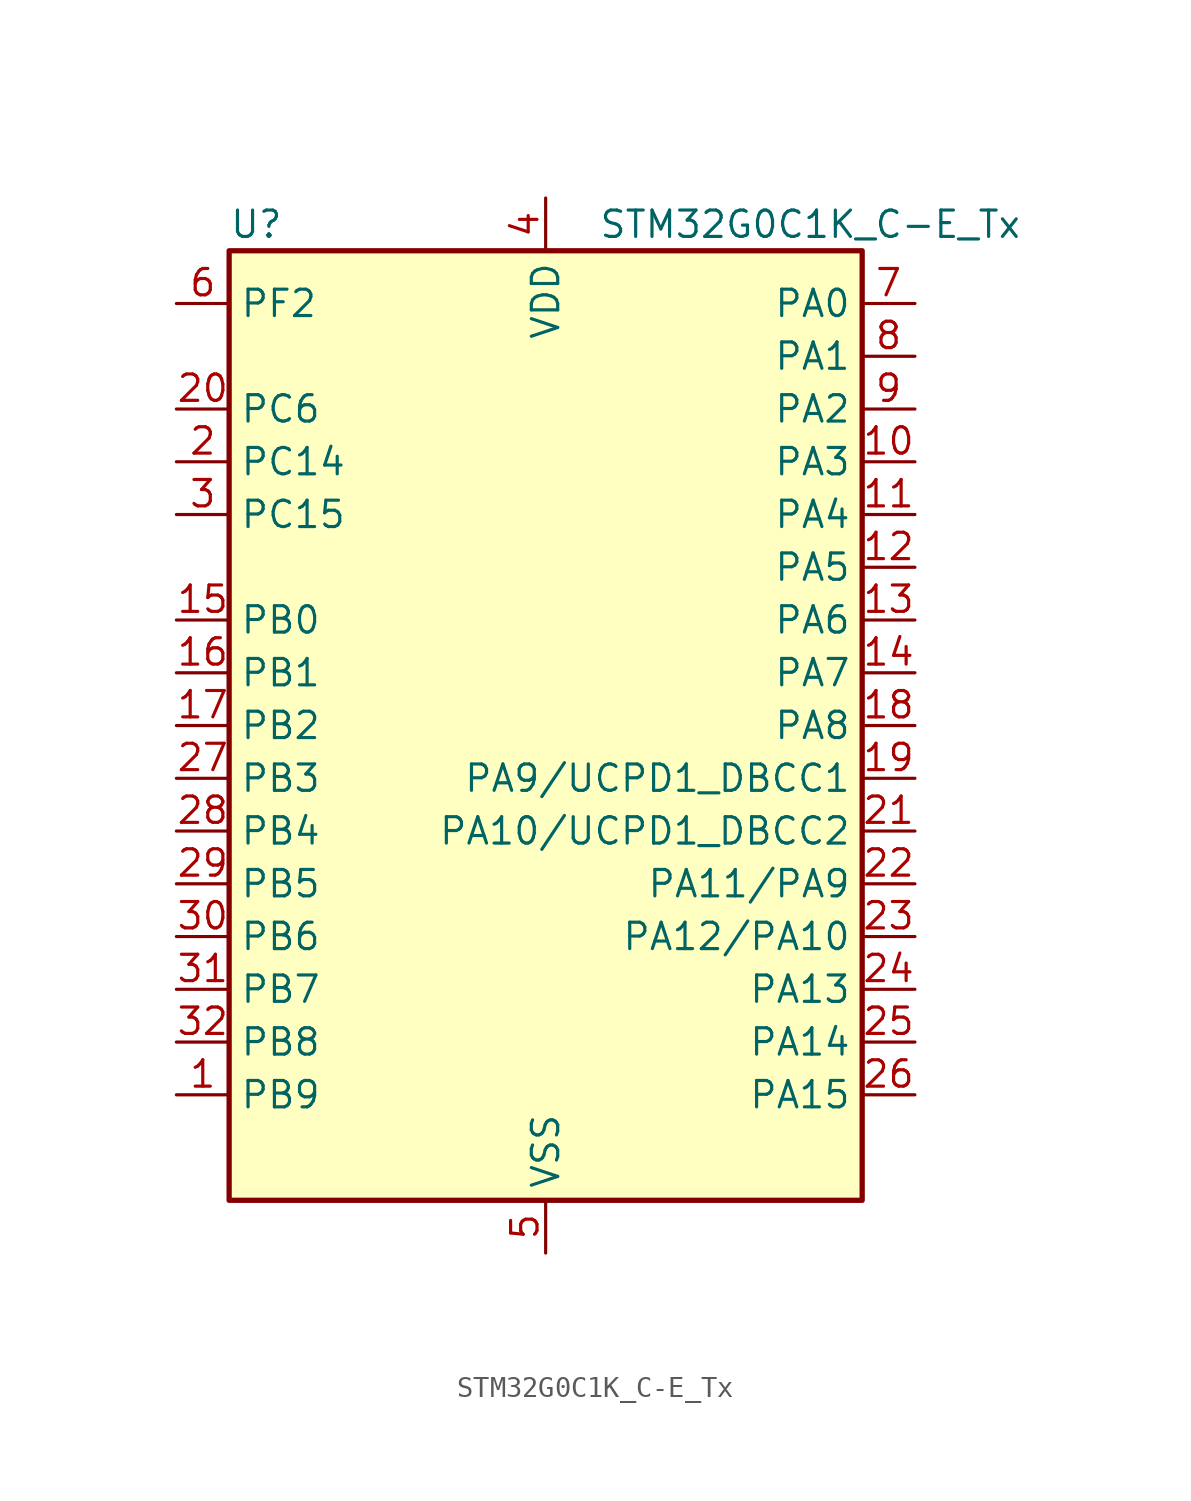
<source format=kicad_sym>
(kicad_symbol_lib
  (version 20220914)
  (generator kicad_symbol_editor)
  (symbol "STM32G0C1K_C-E_Tx"
    (property "Reference" "U"
      (at -15.24 24.13 0)
      (effects (font (size 1.27 1.27)) (justify left)))
    (property "Value" "STM32G0C1K_C-E_Tx"
      (at 2.54 24.13 0)
      (effects (font (size 1.27 1.27)) (justify left)))
    (property "ki_locked" ""
      (at 0 0 0)
      (effects (font (size 1.27 1.27))))
    (symbol "STM32G0C1K_C-E_Tx_0_1"
      (rectangle (start -15.24 -22.86) (end 15.24 22.86) (stroke (width 0.254) (type default)) (fill (type background))))
    (symbol "STM32G0C1K_C-E_Tx_1_1"
      (pin bidirectional line (at -17.78 -17.78 0) (length 2.54) (name "PB9" (effects (font (size 1.27 1.27)))) (number "1" (effects (font (size 1.27 1.27)))) (alternate "DAC1_EXTI9" bidirectional line) (alternate "FDCAN1_TX" bidirectional line) (alternate "I2C1_SDA" bidirectional line) (alternate "I2S2_WS" bidirectional line) (alternate "IR_OUT" bidirectional line) (alternate "SPI2_NSS" bidirectional line) (alternate "TIM17_CH1" bidirectional line) (alternate "TIM4_CH4" bidirectional line) (alternate "USART3_RX" bidirectional line) (alternate "USART6_RX" bidirectional line))
      (pin bidirectional line (at 17.78 12.7 180) (length 2.54) (name "PA3" (effects (font (size 1.27 1.27)))) (number "10" (effects (font (size 1.27 1.27)))) (alternate "ADC1_IN3" bidirectional line) (alternate "COMP2_INP" bidirectional line) (alternate "I2S2_MCK" bidirectional line) (alternate "LPUART1_RX" bidirectional line) (alternate "SPI2_MISO" bidirectional line) (alternate "TIM15_CH2" bidirectional line) (alternate "TIM2_CH4" bidirectional line) (alternate "USART2_RX" bidirectional line))
      (pin bidirectional line (at 17.78 10.16 180) (length 2.54) (name "PA4" (effects (font (size 1.27 1.27)))) (number "11" (effects (font (size 1.27 1.27)))) (alternate "ADC1_IN4" bidirectional line) (alternate "DAC1_OUT1" bidirectional line) (alternate "I2S1_WS" bidirectional line) (alternate "I2S2_SD" bidirectional line) (alternate "LPTIM2_OUT" bidirectional line) (alternate "RTC_OUT1" bidirectional line) (alternate "RTC_TAMP_IN1" bidirectional line) (alternate "RTC_TS" bidirectional line) (alternate "SPI1_NSS" bidirectional line) (alternate "SPI2_MOSI" bidirectional line) (alternate "SPI3_NSS" bidirectional line) (alternate "SYS_WKUP2" bidirectional line) (alternate "TIM14_CH1" bidirectional line) (alternate "USART6_TX" bidirectional line) (alternate "USB_NOE" bidirectional line))
      (pin bidirectional line (at 17.78 7.62 180) (length 2.54) (name "PA5" (effects (font (size 1.27 1.27)))) (number "12" (effects (font (size 1.27 1.27)))) (alternate "ADC1_IN5" bidirectional line) (alternate "CEC" bidirectional line) (alternate "DAC1_OUT2" bidirectional line) (alternate "I2S1_CK" bidirectional line) (alternate "LPTIM2_ETR" bidirectional line) (alternate "SPI1_SCK" bidirectional line) (alternate "TIM2_CH1" bidirectional line) (alternate "TIM2_ETR" bidirectional line) (alternate "UCPD1_FRSTX1" bidirectional line) (alternate "UCPD1_FRSTX2" bidirectional line) (alternate "USART3_TX" bidirectional line) (alternate "USART6_RX" bidirectional line))
      (pin bidirectional line (at 17.78 5.08 180) (length 2.54) (name "PA6" (effects (font (size 1.27 1.27)))) (number "13" (effects (font (size 1.27 1.27)))) (alternate "ADC1_IN6" bidirectional line) (alternate "COMP1_OUT" bidirectional line) (alternate "I2C2_SDA" bidirectional line) (alternate "I2C3_SDA" bidirectional line) (alternate "I2S1_MCK" bidirectional line) (alternate "LPUART1_CTS" bidirectional line) (alternate "SPI1_MISO" bidirectional line) (alternate "TIM16_CH1" bidirectional line) (alternate "TIM1_BK" bidirectional line) (alternate "TIM3_CH1" bidirectional line) (alternate "USART3_CTS" bidirectional line) (alternate "USART3_NSS" bidirectional line) (alternate "USART6_CTS" bidirectional line) (alternate "USART6_NSS" bidirectional line))
      (pin bidirectional line (at 17.78 2.54 180) (length 2.54) (name "PA7" (effects (font (size 1.27 1.27)))) (number "14" (effects (font (size 1.27 1.27)))) (alternate "ADC1_IN7" bidirectional line) (alternate "COMP2_OUT" bidirectional line) (alternate "I2C2_SCL" bidirectional line) (alternate "I2C3_SCL" bidirectional line) (alternate "I2S1_SD" bidirectional line) (alternate "SPI1_MOSI" bidirectional line) (alternate "TIM14_CH1" bidirectional line) (alternate "TIM17_CH1" bidirectional line) (alternate "TIM1_CH1N" bidirectional line) (alternate "TIM3_CH2" bidirectional line) (alternate "UCPD1_FRSTX1" bidirectional line) (alternate "UCPD1_FRSTX2" bidirectional line) (alternate "USART6_CK" bidirectional line) (alternate "USART6_DE" bidirectional line) (alternate "USART6_RTS" bidirectional line))
      (pin bidirectional line (at -17.78 5.08 0) (length 2.54) (name "PB0" (effects (font (size 1.27 1.27)))) (number "15" (effects (font (size 1.27 1.27)))) (alternate "ADC1_IN8" bidirectional line) (alternate "COMP1_OUT" bidirectional line) (alternate "COMP3_INP" bidirectional line) (alternate "FDCAN2_RX" bidirectional line) (alternate "I2S1_WS" bidirectional line) (alternate "LPTIM1_OUT" bidirectional line) (alternate "LPUART2_CTS" bidirectional line) (alternate "SPI1_NSS" bidirectional line) (alternate "TIM1_CH2N" bidirectional line) (alternate "TIM3_CH3" bidirectional line) (alternate "UCPD1_FRSTX1" bidirectional line) (alternate "UCPD1_FRSTX2" bidirectional line) (alternate "USART3_RX" bidirectional line) (alternate "USART5_TX" bidirectional line))
      (pin bidirectional line (at -17.78 2.54 0) (length 2.54) (name "PB1" (effects (font (size 1.27 1.27)))) (number "16" (effects (font (size 1.27 1.27)))) (alternate "ADC1_IN9" bidirectional line) (alternate "COMP1_INM" bidirectional line) (alternate "COMP3_OUT" bidirectional line) (alternate "FDCAN2_TX" bidirectional line) (alternate "LPTIM2_IN1" bidirectional line) (alternate "LPUART1_DE" bidirectional line) (alternate "LPUART1_RTS" bidirectional line) (alternate "LPUART2_DE" bidirectional line) (alternate "LPUART2_RTS" bidirectional line) (alternate "TIM14_CH1" bidirectional line) (alternate "TIM1_CH3N" bidirectional line) (alternate "TIM3_CH4" bidirectional line) (alternate "USART3_CK" bidirectional line) (alternate "USART3_DE" bidirectional line) (alternate "USART3_RTS" bidirectional line) (alternate "USART5_RX" bidirectional line))
      (pin bidirectional line (at -17.78 0 0) (length 2.54) (name "PB2" (effects (font (size 1.27 1.27)))) (number "17" (effects (font (size 1.27 1.27)))) (alternate "ADC1_IN10" bidirectional line) (alternate "COMP1_INP" bidirectional line) (alternate "COMP3_INM" bidirectional line) (alternate "I2S2_MCK" bidirectional line) (alternate "LPTIM1_OUT" bidirectional line) (alternate "RCC_MCO_2" bidirectional line) (alternate "SPI2_MISO" bidirectional line) (alternate "USART3_TX" bidirectional line))
      (pin bidirectional line (at 17.78 0 180) (length 2.54) (name "PA8" (effects (font (size 1.27 1.27)))) (number "18" (effects (font (size 1.27 1.27)))) (alternate "CRS1_SYNC" bidirectional line) (alternate "I2C2_SMBA" bidirectional line) (alternate "I2S2_WS" bidirectional line) (alternate "LPTIM2_OUT" bidirectional line) (alternate "RCC_MCO" bidirectional line) (alternate "SPI2_NSS" bidirectional line) (alternate "TIM1_CH1" bidirectional line) (alternate "UCPD1_CC1" bidirectional line))
      (pin bidirectional line (at 17.78 -2.54 180) (length 2.54) (name "PA9/UCPD1_DBCC1" (effects (font (size 1.27 1.27)))) (number "19" (effects (font (size 1.27 1.27)))) (alternate "DAC1_EXTI9" bidirectional line) (alternate "I2C1_SCL" bidirectional line) (alternate "I2C2_SCL" bidirectional line) (alternate "I2S2_MCK" bidirectional line) (alternate "RCC_MCO" bidirectional line) (alternate "SPI2_MISO" bidirectional line) (alternate "TIM15_BK" bidirectional line) (alternate "TIM1_CH2" bidirectional line) (alternate "UCPD1_DBCC1" bidirectional line) (alternate "USART1_TX" bidirectional line))
      (pin bidirectional line (at -17.78 12.7 0) (length 2.54) (name "PC14" (effects (font (size 1.27 1.27)))) (number "2" (effects (font (size 1.27 1.27)))) (alternate "RCC_OSC32_IN" bidirectional line) (alternate "RCC_OSC_IN" bidirectional line) (alternate "TIM1_BK2" bidirectional line))
      (pin bidirectional line (at -17.78 15.24 0) (length 2.54) (name "PC6" (effects (font (size 1.27 1.27)))) (number "20" (effects (font (size 1.27 1.27)))) (alternate "LPUART2_TX" bidirectional line) (alternate "TIM2_CH3" bidirectional line) (alternate "TIM3_CH1" bidirectional line) (alternate "UCPD1_FRSTX1" bidirectional line) (alternate "UCPD1_FRSTX2" bidirectional line))
      (pin bidirectional line (at 17.78 -5.08 180) (length 2.54) (name "PA10/UCPD1_DBCC2" (effects (font (size 1.27 1.27)))) (number "21" (effects (font (size 1.27 1.27)))) (alternate "I2C1_SDA" bidirectional line) (alternate "I2C2_SDA" bidirectional line) (alternate "I2S2_SD" bidirectional line) (alternate "RCC_MCO_2" bidirectional line) (alternate "SPI2_MOSI" bidirectional line) (alternate "TIM17_BK" bidirectional line) (alternate "TIM1_CH3" bidirectional line) (alternate "UCPD1_DBCC2" bidirectional line) (alternate "USART1_RX" bidirectional line))
      (pin bidirectional line (at 17.78 -7.62 180) (length 2.54) (name "PA11/PA9" (effects (font (size 1.27 1.27)))) (number "22" (effects (font (size 1.27 1.27)))) (alternate "ADC1_EXTI11" bidirectional line) (alternate "COMP1_OUT" bidirectional line) (alternate "FDCAN1_RX" bidirectional line) (alternate "I2C2_SCL" bidirectional line) (alternate "I2S1_MCK" bidirectional line) (alternate "SPI1_MISO" bidirectional line) (alternate "TIM1_BK2" bidirectional line) (alternate "TIM1_CH4" bidirectional line) (alternate "USART1_CTS" bidirectional line) (alternate "USART1_NSS" bidirectional line) (alternate "USB_DM" bidirectional line))
      (pin bidirectional line (at 17.78 -10.16 180) (length 2.54) (name "PA12/PA10" (effects (font (size 1.27 1.27)))) (number "23" (effects (font (size 1.27 1.27)))) (alternate "COMP2_OUT" bidirectional line) (alternate "FDCAN1_TX" bidirectional line) (alternate "I2C2_SDA" bidirectional line) (alternate "I2S1_SD" bidirectional line) (alternate "I2S_CKIN" bidirectional line) (alternate "SPI1_MOSI" bidirectional line) (alternate "TIM1_ETR" bidirectional line) (alternate "USART1_CK" bidirectional line) (alternate "USART1_DE" bidirectional line) (alternate "USART1_RTS" bidirectional line) (alternate "USB_DP" bidirectional line))
      (pin bidirectional line (at 17.78 -12.7 180) (length 2.54) (name "PA13" (effects (font (size 1.27 1.27)))) (number "24" (effects (font (size 1.27 1.27)))) (alternate "IR_OUT" bidirectional line) (alternate "LPUART2_RX" bidirectional line) (alternate "SYS_SWDIO" bidirectional line) (alternate "USB_NOE" bidirectional line))
      (pin bidirectional line (at 17.78 -15.24 180) (length 2.54) (name "PA14" (effects (font (size 1.27 1.27)))) (number "25" (effects (font (size 1.27 1.27)))) (alternate "LPUART2_TX" bidirectional line) (alternate "SYS_SWCLK" bidirectional line) (alternate "USART2_TX" bidirectional line))
      (pin bidirectional line (at 17.78 -17.78 180) (length 2.54) (name "PA15" (effects (font (size 1.27 1.27)))) (number "26" (effects (font (size 1.27 1.27)))) (alternate "I2C2_SMBA" bidirectional line) (alternate "I2S1_WS" bidirectional line) (alternate "RCC_MCO_2" bidirectional line) (alternate "SPI1_NSS" bidirectional line) (alternate "SPI3_NSS" bidirectional line) (alternate "TIM2_CH1" bidirectional line) (alternate "TIM2_ETR" bidirectional line) (alternate "USART2_RX" bidirectional line) (alternate "USART3_CK" bidirectional line) (alternate "USART3_DE" bidirectional line) (alternate "USART3_RTS" bidirectional line) (alternate "USART4_CK" bidirectional line) (alternate "USART4_DE" bidirectional line) (alternate "USART4_RTS" bidirectional line) (alternate "USB_NOE" bidirectional line))
      (pin bidirectional line (at -17.78 -2.54 0) (length 2.54) (name "PB3" (effects (font (size 1.27 1.27)))) (number "27" (effects (font (size 1.27 1.27)))) (alternate "COMP2_INM" bidirectional line) (alternate "I2C2_SCL" bidirectional line) (alternate "I2C3_SCL" bidirectional line) (alternate "I2S1_CK" bidirectional line) (alternate "SPI1_SCK" bidirectional line) (alternate "SPI3_SCK" bidirectional line) (alternate "TIM1_CH2" bidirectional line) (alternate "TIM2_CH2" bidirectional line) (alternate "USART1_CK" bidirectional line) (alternate "USART1_DE" bidirectional line) (alternate "USART1_RTS" bidirectional line) (alternate "USART5_TX" bidirectional line))
      (pin bidirectional line (at -17.78 -5.08 0) (length 2.54) (name "PB4" (effects (font (size 1.27 1.27)))) (number "28" (effects (font (size 1.27 1.27)))) (alternate "COMP2_INP" bidirectional line) (alternate "I2C2_SDA" bidirectional line) (alternate "I2C3_SDA" bidirectional line) (alternate "I2S1_MCK" bidirectional line) (alternate "SPI1_MISO" bidirectional line) (alternate "SPI3_MISO" bidirectional line) (alternate "TIM17_BK" bidirectional line) (alternate "TIM3_CH1" bidirectional line) (alternate "USART1_CTS" bidirectional line) (alternate "USART1_NSS" bidirectional line) (alternate "USART5_RX" bidirectional line))
      (pin bidirectional line (at -17.78 -7.62 0) (length 2.54) (name "PB5" (effects (font (size 1.27 1.27)))) (number "29" (effects (font (size 1.27 1.27)))) (alternate "COMP2_OUT" bidirectional line) (alternate "FDCAN2_RX" bidirectional line) (alternate "I2C1_SMBA" bidirectional line) (alternate "I2S1_SD" bidirectional line) (alternate "LPTIM1_IN1" bidirectional line) (alternate "SPI1_MOSI" bidirectional line) (alternate "SPI3_MOSI" bidirectional line) (alternate "SYS_WKUP6" bidirectional line) (alternate "TIM16_BK" bidirectional line) (alternate "TIM3_CH2" bidirectional line) (alternate "USART5_CK" bidirectional line) (alternate "USART5_DE" bidirectional line) (alternate "USART5_RTS" bidirectional line))
      (pin bidirectional line (at -17.78 10.16 0) (length 2.54) (name "PC15" (effects (font (size 1.27 1.27)))) (number "3" (effects (font (size 1.27 1.27)))) (alternate "RCC_OSC32_EN" bidirectional line) (alternate "RCC_OSC32_OUT" bidirectional line) (alternate "RCC_OSC_EN" bidirectional line) (alternate "TIM15_BK" bidirectional line))
      (pin bidirectional line (at -17.78 -10.16 0) (length 2.54) (name "PB6" (effects (font (size 1.27 1.27)))) (number "30" (effects (font (size 1.27 1.27)))) (alternate "COMP2_INP" bidirectional line) (alternate "FDCAN2_TX" bidirectional line) (alternate "I2C1_SCL" bidirectional line) (alternate "I2S2_MCK" bidirectional line) (alternate "LPTIM1_ETR" bidirectional line) (alternate "LPUART2_TX" bidirectional line) (alternate "SPI2_MISO" bidirectional line) (alternate "TIM16_CH1N" bidirectional line) (alternate "TIM1_CH3" bidirectional line) (alternate "TIM4_CH1" bidirectional line) (alternate "USART1_TX" bidirectional line) (alternate "USART5_CTS" bidirectional line) (alternate "USART5_NSS" bidirectional line))
      (pin bidirectional line (at -17.78 -12.7 0) (length 2.54) (name "PB7" (effects (font (size 1.27 1.27)))) (number "31" (effects (font (size 1.27 1.27)))) (alternate "COMP2_INM" bidirectional line) (alternate "I2C1_SDA" bidirectional line) (alternate "I2S2_SD" bidirectional line) (alternate "LPTIM1_IN2" bidirectional line) (alternate "LPUART2_RX" bidirectional line) (alternate "SPI2_MOSI" bidirectional line) (alternate "SYS_PVD_IN" bidirectional line) (alternate "TIM17_CH1N" bidirectional line) (alternate "TIM4_CH2" bidirectional line) (alternate "USART1_RX" bidirectional line) (alternate "USART4_CTS" bidirectional line) (alternate "USART4_NSS" bidirectional line))
      (pin bidirectional line (at -17.78 -15.24 0) (length 2.54) (name "PB8" (effects (font (size 1.27 1.27)))) (number "32" (effects (font (size 1.27 1.27)))) (alternate "CEC" bidirectional line) (alternate "FDCAN1_RX" bidirectional line) (alternate "I2C1_SCL" bidirectional line) (alternate "I2S2_CK" bidirectional line) (alternate "SPI2_SCK" bidirectional line) (alternate "TIM15_BK" bidirectional line) (alternate "TIM16_CH1" bidirectional line) (alternate "TIM4_CH3" bidirectional line) (alternate "USART3_TX" bidirectional line) (alternate "USART6_TX" bidirectional line))
      (pin power_in line (at 0 25.4 270) (length 2.54) (name "VDD" (effects (font (size 1.27 1.27)))) (number "4" (effects (font (size 1.27 1.27)))))
      (pin power_in line (at 0 -25.4 90) (length 2.54) (name "VSS" (effects (font (size 1.27 1.27)))) (number "5" (effects (font (size 1.27 1.27)))))
      (pin bidirectional line (at -17.78 20.32 0) (length 2.54) (name "PF2" (effects (font (size 1.27 1.27)))) (number "6" (effects (font (size 1.27 1.27)))) (alternate "LPUART2_DE" bidirectional line) (alternate "LPUART2_RTS" bidirectional line) (alternate "LPUART2_TX" bidirectional line) (alternate "RCC_MCO" bidirectional line))
      (pin bidirectional line (at 17.78 20.32 180) (length 2.54) (name "PA0" (effects (font (size 1.27 1.27)))) (number "7" (effects (font (size 1.27 1.27)))) (alternate "ADC1_IN0" bidirectional line) (alternate "COMP1_INM" bidirectional line) (alternate "COMP1_OUT" bidirectional line) (alternate "I2S2_CK" bidirectional line) (alternate "LPTIM1_OUT" bidirectional line) (alternate "RTC_TAMP_IN2" bidirectional line) (alternate "SPI2_SCK" bidirectional line) (alternate "SYS_WKUP1" bidirectional line) (alternate "TIM2_CH1" bidirectional line) (alternate "TIM2_ETR" bidirectional line) (alternate "USART2_CTS" bidirectional line) (alternate "USART2_NSS" bidirectional line) (alternate "USART4_TX" bidirectional line))
      (pin bidirectional line (at 17.78 17.78 180) (length 2.54) (name "PA1" (effects (font (size 1.27 1.27)))) (number "8" (effects (font (size 1.27 1.27)))) (alternate "ADC1_IN1" bidirectional line) (alternate "COMP1_INP" bidirectional line) (alternate "I2C1_SMBA" bidirectional line) (alternate "I2S1_CK" bidirectional line) (alternate "SPI1_SCK" bidirectional line) (alternate "TIM15_CH1N" bidirectional line) (alternate "TIM2_CH2" bidirectional line) (alternate "USART2_CK" bidirectional line) (alternate "USART2_DE" bidirectional line) (alternate "USART2_RTS" bidirectional line) (alternate "USART4_RX" bidirectional line))
      (pin bidirectional line (at 17.78 15.24 180) (length 2.54) (name "PA2" (effects (font (size 1.27 1.27)))) (number "9" (effects (font (size 1.27 1.27)))) (alternate "ADC1_IN2" bidirectional line) (alternate "COMP2_INM" bidirectional line) (alternate "COMP2_OUT" bidirectional line) (alternate "I2S1_SD" bidirectional line) (alternate "LPUART1_TX" bidirectional line) (alternate "RCC_LSCO" bidirectional line) (alternate "SPI1_MOSI" bidirectional line) (alternate "SYS_WKUP4" bidirectional line) (alternate "TIM15_CH1" bidirectional line) (alternate "TIM2_CH3" bidirectional line) (alternate "UCPD1_FRSTX1" bidirectional line) (alternate "UCPD1_FRSTX2" bidirectional line) (alternate "USART2_TX" bidirectional line)))))
</source>
